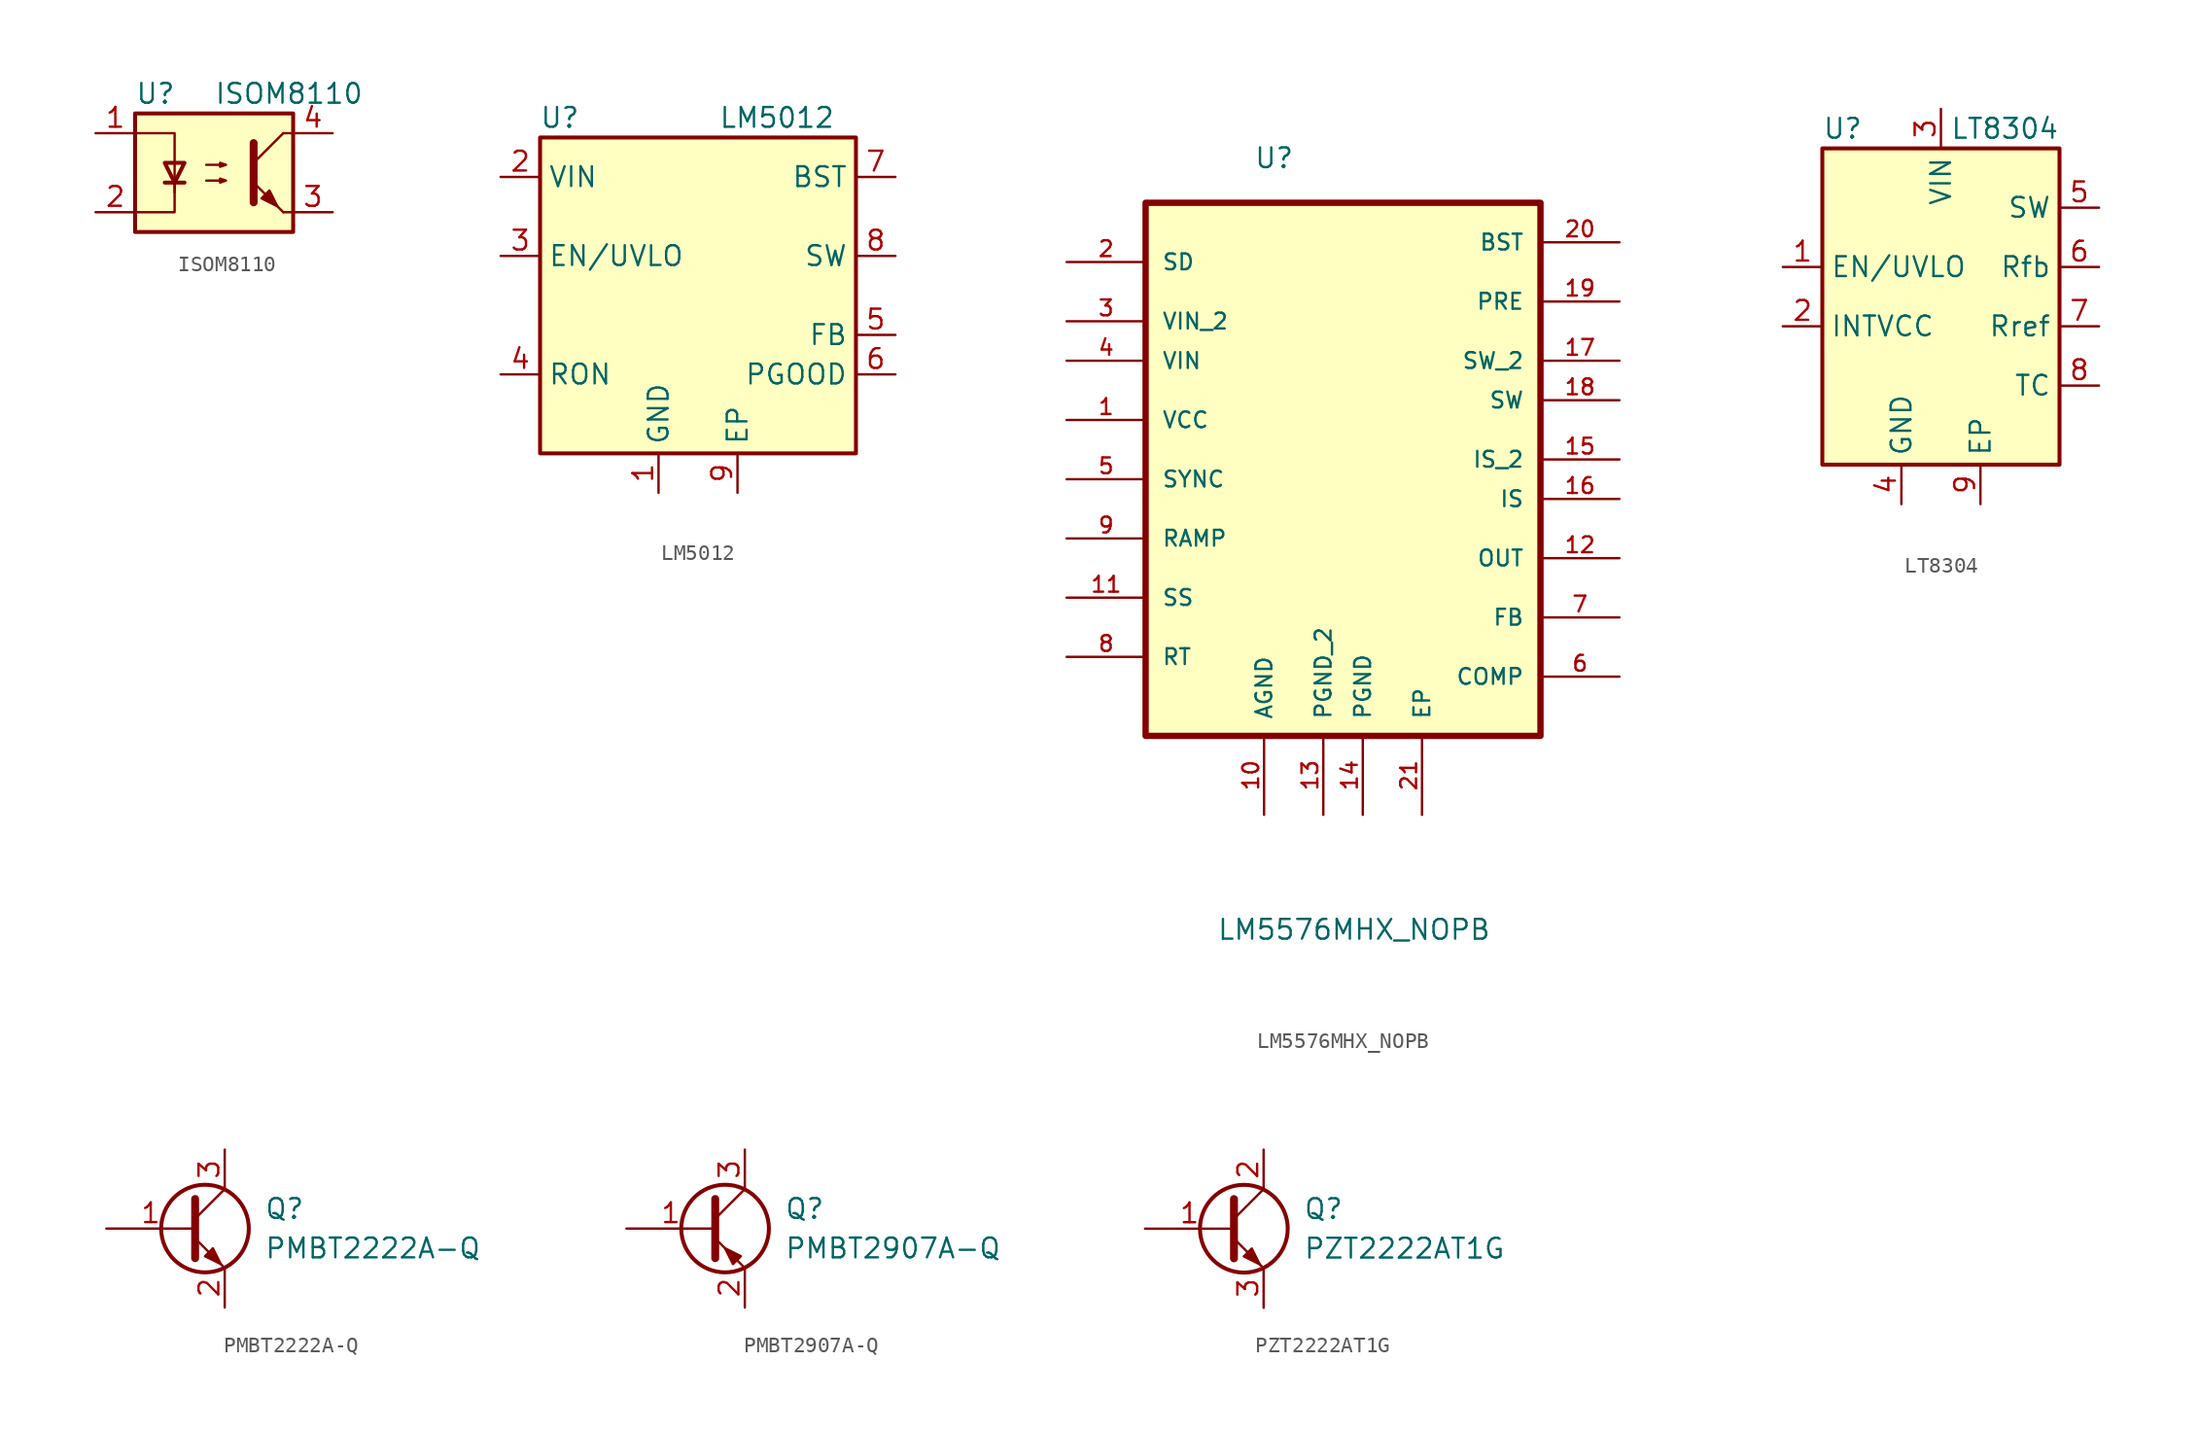
<source format=kicad_sym>
(kicad_symbol_lib
  (version 20231120)
  (generator "kicad_symbol_editor")
  (generator_version "8.0")
  (symbol "ISOM8110"
    (property "Reference" "U"
      (at -5.08 5.08 0)
      (effects (font (size 1.27 1.27)) (justify left)))
    (property "Value" "ISOM8110"
      (at 0 5.08 0)
      (effects (font (size 1.27 1.27)) (justify left)))
    (symbol "ISOM8110_0_1"
      (rectangle (start -5.08 3.81) (end 5.08 -3.81) (stroke (width 0.254) (type default)) (fill (type background)))
      (polyline (pts (xy -3.175 -0.635) (xy -1.905 -0.635)) (stroke (width 0.254) (type default)) (fill (type none)))
      (polyline (pts (xy 2.54 0.635) (xy 4.445 2.54)) (stroke (width 0) (type default)) (fill (type none)))
      (polyline (pts (xy 4.445 -2.54) (xy 2.54 -0.635)) (stroke (width 0) (type default)) (fill (type outline)))
      (polyline (pts (xy 4.445 -2.54) (xy 5.08 -2.54)) (stroke (width 0) (type default)) (fill (type none)))
      (polyline (pts (xy 4.445 2.54) (xy 5.08 2.54)) (stroke (width 0) (type default)) (fill (type none)))
      (polyline (pts (xy -2.54 -0.635) (xy -2.54 -2.54) (xy -5.08 -2.54)) (stroke (width 0) (type default)) (fill (type none)))
      (polyline (pts (xy 2.54 1.905) (xy 2.54 -1.905) (xy 2.54 -1.905)) (stroke (width 0.508) (type default)) (fill (type none)))
      (polyline (pts (xy -5.08 2.54) (xy -2.54 2.54) (xy -2.54 -1.27) (xy -2.54 0.635)) (stroke (width 0) (type default)) (fill (type none)))
      (polyline (pts (xy -2.54 -0.635) (xy -3.175 0.635) (xy -1.905 0.635) (xy -2.54 -0.635)) (stroke (width 0.254) (type default)) (fill (type none)))
      (polyline (pts (xy -0.508 -0.508) (xy 0.762 -0.508) (xy 0.381 -0.635) (xy 0.381 -0.381) (xy 0.762 -0.508)) (stroke (width 0) (type default)) (fill (type none)))
      (polyline (pts (xy -0.508 0.508) (xy 0.762 0.508) (xy 0.381 0.381) (xy 0.381 0.635) (xy 0.762 0.508)) (stroke (width 0) (type default)) (fill (type none)))
      (polyline (pts (xy 3.048 -1.651) (xy 3.556 -1.143) (xy 4.064 -2.159) (xy 3.048 -1.651) (xy 3.048 -1.651)) (stroke (width 0) (type default)) (fill (type outline))))
    (symbol "ISOM8110_1_1"
      (pin passive line (at -7.62 2.54 0) (length 2.54) (name "~" (effects (font (size 1.27 1.27)))) (number "1" (effects (font (size 1.27 1.27)))))
      (pin passive line (at -7.62 -2.54 0) (length 2.54) (name "~" (effects (font (size 1.27 1.27)))) (number "2" (effects (font (size 1.27 1.27)))))
      (pin passive line (at 7.62 -2.54 180) (length 2.54) (name "~" (effects (font (size 1.27 1.27)))) (number "3" (effects (font (size 1.27 1.27)))))
      (pin passive line (at 7.62 2.54 180) (length 2.54) (name "~" (effects (font (size 1.27 1.27)))) (number "4" (effects (font (size 1.27 1.27)))))))
  (symbol "LM5012"
    (property "Reference" "U"
      (at -8.89 11.43 0)
      (effects (font (size 1.27 1.27))))
    (property "Value" "LM5012"
      (at 5.08 11.43 0)
      (effects (font (size 1.27 1.27))))
    (symbol "LM5012_1_1"
      (rectangle (start -10.16 10.16) (end 10.16 -10.16) (stroke (width 0.254) (type default)) (fill (type background)))
      (pin power_in line (at -2.54 -12.7 90) (length 2.54) (name "GND" (effects (font (size 1.27 1.27)))) (number "1" (effects (font (size 1.27 1.27)))))
      (pin power_in line (at -12.7 7.62 0) (length 2.54) (name "VIN" (effects (font (size 1.27 1.27)))) (number "2" (effects (font (size 1.27 1.27)))))
      (pin input line (at -12.7 2.54 0) (length 2.54) (name "EN/UVLO" (effects (font (size 1.27 1.27)))) (number "3" (effects (font (size 1.27 1.27)))))
      (pin passive line (at -12.7 -5.08 0) (length 2.54) (name "RON" (effects (font (size 1.27 1.27)))) (number "4" (effects (font (size 1.27 1.27)))))
      (pin input line (at 12.7 -2.54 180) (length 2.54) (name "FB" (effects (font (size 1.27 1.27)))) (number "5" (effects (font (size 1.27 1.27)))))
      (pin open_collector line (at 12.7 -5.08 180) (length 2.54) (name "PGOOD" (effects (font (size 1.27 1.27)))) (number "6" (effects (font (size 1.27 1.27)))))
      (pin passive line (at 12.7 7.62 180) (length 2.54) (name "BST" (effects (font (size 1.27 1.27)))) (number "7" (effects (font (size 1.27 1.27)))))
      (pin power_out line (at 12.7 2.54 180) (length 2.54) (name "SW" (effects (font (size 1.27 1.27)))) (number "8" (effects (font (size 1.27 1.27)))))
      (pin passive line (at 2.54 -12.7 90) (length 2.54) (name "EP" (effects (font (size 1.27 1.27)))) (number "9" (effects (font (size 1.27 1.27)))))))
  (symbol "LM5576MHX_NOPB"
    (pin_names
      (offset 1.016))
    (property "Reference" "U"
      (at -5.745 32.613 0)
      (effects (font (size 1.27 1.27)) (justify left bottom)))
    (property "Value" "LM5576MHX_NOPB"
      (at -8.128 -17.018 0)
      (effects (font (size 1.27 1.27)) (justify left bottom)))
    (symbol "LM5576MHX_NOPB_0_0"
      (rectangle (start -12.7 30.48) (end 12.7 -3.81) (stroke (width 0.406) (type default)) (fill (type background)))
      (pin power_in line (at -17.78 16.51 0) (length 5.08) (name "VCC" (effects (font (size 1.016 1.016)))) (number "1" (effects (font (size 1.016 1.016)))))
      (pin passive line (at -5.08 -8.89 90) (length 5.08) (name "AGND" (effects (font (size 1.016 1.016)))) (number "10" (effects (font (size 1.016 1.016)))))
      (pin input line (at -17.78 5.08 0) (length 5.08) (name "SS" (effects (font (size 1.016 1.016)))) (number "11" (effects (font (size 1.016 1.016)))))
      (pin output line (at 17.78 7.62 180) (length 5.08) (name "OUT" (effects (font (size 1.016 1.016)))) (number "12" (effects (font (size 1.016 1.016)))))
      (pin passive line (at -1.27 -8.89 90) (length 5.08) (name "PGND_2" (effects (font (size 1.016 1.016)))) (number "13" (effects (font (size 1.016 1.016)))))
      (pin passive line (at 1.27 -8.89 90) (length 5.08) (name "PGND" (effects (font (size 1.016 1.016)))) (number "14" (effects (font (size 1.016 1.016)))))
      (pin input line (at 17.78 13.97 180) (length 5.08) (name "IS_2" (effects (font (size 1.016 1.016)))) (number "15" (effects (font (size 1.016 1.016)))))
      (pin input line (at 17.78 11.43 180) (length 5.08) (name "IS" (effects (font (size 1.016 1.016)))) (number "16" (effects (font (size 1.016 1.016)))))
      (pin passive line (at 17.78 20.32 180) (length 5.08) (name "SW_2" (effects (font (size 1.016 1.016)))) (number "17" (effects (font (size 1.016 1.016)))))
      (pin passive line (at 17.78 17.78 180) (length 5.08) (name "SW" (effects (font (size 1.016 1.016)))) (number "18" (effects (font (size 1.016 1.016)))))
      (pin passive line (at 17.78 24.13 180) (length 5.08) (name "PRE" (effects (font (size 1.016 1.016)))) (number "19" (effects (font (size 1.016 1.016)))))
      (pin input line (at -17.78 26.67 0) (length 5.08) (name "SD" (effects (font (size 1.016 1.016)))) (number "2" (effects (font (size 1.016 1.016)))))
      (pin input line (at 17.78 27.94 180) (length 5.08) (name "BST" (effects (font (size 1.016 1.016)))) (number "20" (effects (font (size 1.016 1.016)))))
      (pin passive line (at 5.08 -8.89 90) (length 5.08) (name "EP" (effects (font (size 1.016 1.016)))) (number "21" (effects (font (size 1.016 1.016)))))
      (pin power_in line (at -17.78 22.86 0) (length 5.08) (name "VIN_2" (effects (font (size 1.016 1.016)))) (number "3" (effects (font (size 1.016 1.016)))))
      (pin power_in line (at -17.78 20.32 0) (length 5.08) (name "VIN" (effects (font (size 1.016 1.016)))) (number "4" (effects (font (size 1.016 1.016)))))
      (pin bidirectional line (at -17.78 12.7 0) (length 5.08) (name "SYNC" (effects (font (size 1.016 1.016)))) (number "5" (effects (font (size 1.016 1.016)))))
      (pin output line (at 17.78 0 180) (length 5.08) (name "COMP" (effects (font (size 1.016 1.016)))) (number "6" (effects (font (size 1.016 1.016)))))
      (pin output line (at 17.78 3.81 180) (length 5.08) (name "FB" (effects (font (size 1.016 1.016)))) (number "7" (effects (font (size 1.016 1.016)))))
      (pin input line (at -17.78 1.27 0) (length 5.08) (name "RT" (effects (font (size 1.016 1.016)))) (number "8" (effects (font (size 1.016 1.016)))))
      (pin input line (at -17.78 8.89 0) (length 5.08) (name "RAMP" (effects (font (size 1.016 1.016)))) (number "9" (effects (font (size 1.016 1.016)))))))
  (symbol "LT8304"
    (property "Reference" "U"
      (at -7.62 11.43 0)
      (effects (font (size 1.27 1.27)) (justify left)))
    (property "Value" "LT8304"
      (at 7.62 11.43 0)
      (effects (font (size 1.27 1.27)) (justify right)))
    (symbol "LT8304_0_1"
      (rectangle (start -7.62 10.16) (end 7.62 -10.16) (stroke (width 0.254) (type default)) (fill (type background))))
    (symbol "LT8304_1_1"
      (pin input line (at -10.16 2.54 0) (length 2.54) (name "EN/UVLO" (effects (font (size 1.27 1.27)))) (number "1" (effects (font (size 1.27 1.27)))))
      (pin passive line (at -10.16 -1.27 0) (length 2.54) (name "INTVCC" (effects (font (size 1.27 1.27)))) (number "2" (effects (font (size 1.27 1.27)))))
      (pin power_in line (at 0 12.7 270) (length 2.54) (name "VIN" (effects (font (size 1.27 1.27)))) (number "3" (effects (font (size 1.27 1.27)))))
      (pin power_in line (at -2.54 -12.7 90) (length 2.54) (name "GND" (effects (font (size 1.27 1.27)))) (number "4" (effects (font (size 1.27 1.27)))))
      (pin passive line (at 10.16 6.35 180) (length 2.54) (name "SW" (effects (font (size 1.27 1.27)))) (number "5" (effects (font (size 1.27 1.27)))))
      (pin input line (at 10.16 2.54 180) (length 2.54) (name "Rfb" (effects (font (size 1.27 1.27)))) (number "6" (effects (font (size 1.27 1.27)))))
      (pin input line (at 10.16 -1.27 180) (length 2.54) (name "Rref" (effects (font (size 1.27 1.27)))) (number "7" (effects (font (size 1.27 1.27)))))
      (pin passive line (at 10.16 -5.08 180) (length 2.54) (name "TC" (effects (font (size 1.27 1.27)))) (number "8" (effects (font (size 1.27 1.27)))))
      (pin power_in line (at 2.54 -12.7 90) (length 2.54) (name "EP" (effects (font (size 1.27 1.27)))) (number "9" (effects (font (size 1.27 1.27)))))))
  (symbol "PMBT2222A-Q"
    (pin_names
      (offset 0) hide)
    (property "Reference" "Q"
      (at 5.08 1.27 0)
      (effects (font (size 1.27 1.27)) (justify left)))
    (property "Value" "PMBT2222A-Q"
      (at 5.08 -1.27 0)
      (effects (font (size 1.27 1.27)) (justify left)))
    (symbol "PMBT2222A-Q_0_1"
      (polyline (pts (xy 0.635 0.635) (xy 2.54 2.54)) (stroke (width 0) (type default)) (fill (type none)))
      (polyline (pts (xy 0.635 -0.635) (xy 2.54 -2.54) (xy 2.54 -2.54)) (stroke (width 0) (type default)) (fill (type none)))
      (polyline (pts (xy 0.635 1.905) (xy 0.635 -1.905) (xy 0.635 -1.905)) (stroke (width 0.508) (type default)) (fill (type none)))
      (polyline (pts (xy 1.27 -1.778) (xy 1.778 -1.27) (xy 2.286 -2.286) (xy 1.27 -1.778) (xy 1.27 -1.778)) (stroke (width 0) (type default)) (fill (type outline)))
      (circle (center 1.27 0) (radius 2.819) (stroke (width 0.254) (type default)) (fill (type none))))
    (symbol "PMBT2222A-Q_1_1"
      (pin input line (at -5.08 0 0) (length 5.715) (name "B" (effects (font (size 1.27 1.27)))) (number "1" (effects (font (size 1.27 1.27)))))
      (pin passive line (at 2.54 -5.08 90) (length 2.54) (name "E" (effects (font (size 1.27 1.27)))) (number "2" (effects (font (size 1.27 1.27)))))
      (pin passive line (at 2.54 5.08 270) (length 2.54) (name "C" (effects (font (size 1.27 1.27)))) (number "3" (effects (font (size 1.27 1.27)))))))
  (symbol "PMBT2907A-Q"
    (pin_names
      (offset 0) hide)
    (property "Reference" "Q"
      (at 5.08 1.27 0)
      (effects (font (size 1.27 1.27)) (justify left)))
    (property "Value" "PMBT2907A-Q"
      (at 5.08 -1.27 0)
      (effects (font (size 1.27 1.27)) (justify left)))
    (symbol "PMBT2907A-Q_0_1"
      (polyline (pts (xy 0.635 0.635) (xy 2.54 2.54)) (stroke (width 0) (type default)) (fill (type none)))
      (polyline (pts (xy 0.635 -0.635) (xy 2.54 -2.54) (xy 2.54 -2.54)) (stroke (width 0) (type default)) (fill (type none)))
      (polyline (pts (xy 0.635 1.905) (xy 0.635 -1.905) (xy 0.635 -1.905)) (stroke (width 0.508) (type default)) (fill (type none)))
      (polyline (pts (xy 2.286 -1.778) (xy 1.778 -2.286) (xy 1.27 -1.27) (xy 2.286 -1.778) (xy 2.286 -1.778)) (stroke (width 0) (type default)) (fill (type outline)))
      (circle (center 1.27 0) (radius 2.819) (stroke (width 0.254) (type default)) (fill (type none))))
    (symbol "PMBT2907A-Q_1_1"
      (pin input line (at -5.08 0 0) (length 5.715) (name "B" (effects (font (size 1.27 1.27)))) (number "1" (effects (font (size 1.27 1.27)))))
      (pin passive line (at 2.54 -5.08 90) (length 2.54) (name "E" (effects (font (size 1.27 1.27)))) (number "2" (effects (font (size 1.27 1.27)))))
      (pin passive line (at 2.54 5.08 270) (length 2.54) (name "C" (effects (font (size 1.27 1.27)))) (number "3" (effects (font (size 1.27 1.27)))))))
  (symbol "PZT2222AT1G"
    (pin_names
      (offset 0) hide)
    (property "Reference" "Q"
      (at 5.08 1.27 0)
      (effects (font (size 1.27 1.27)) (justify left)))
    (property "Value" "PZT2222AT1G"
      (at 5.08 -1.27 0)
      (effects (font (size 1.27 1.27)) (justify left)))
    (symbol "PZT2222AT1G_0_1"
      (polyline (pts (xy 0.635 0.635) (xy 2.54 2.54)) (stroke (width 0) (type default)) (fill (type none)))
      (polyline (pts (xy 0.635 -0.635) (xy 2.54 -2.54) (xy 2.54 -2.54)) (stroke (width 0) (type default)) (fill (type none)))
      (polyline (pts (xy 0.635 1.905) (xy 0.635 -1.905) (xy 0.635 -1.905)) (stroke (width 0.508) (type default)) (fill (type none)))
      (polyline (pts (xy 1.27 -1.778) (xy 1.778 -1.27) (xy 2.286 -2.286) (xy 1.27 -1.778) (xy 1.27 -1.778)) (stroke (width 0) (type default)) (fill (type outline)))
      (circle (center 1.27 0) (radius 2.819) (stroke (width 0.254) (type default)) (fill (type none))))
    (symbol "PZT2222AT1G_1_1"
      (pin input line (at -5.08 0 0) (length 5.715) (name "B" (effects (font (size 1.27 1.27)))) (number "1" (effects (font (size 1.27 1.27)))))
      (pin passive line (at 2.54 5.08 270) (length 2.54) (name "C" (effects (font (size 1.27 1.27)))) (number "2" (effects (font (size 1.27 1.27)))))
      (pin passive line (at 2.54 -5.08 90) (length 2.54) (name "E" (effects (font (size 1.27 1.27)))) (number "3" (effects (font (size 1.27 1.27))))))))
</source>
